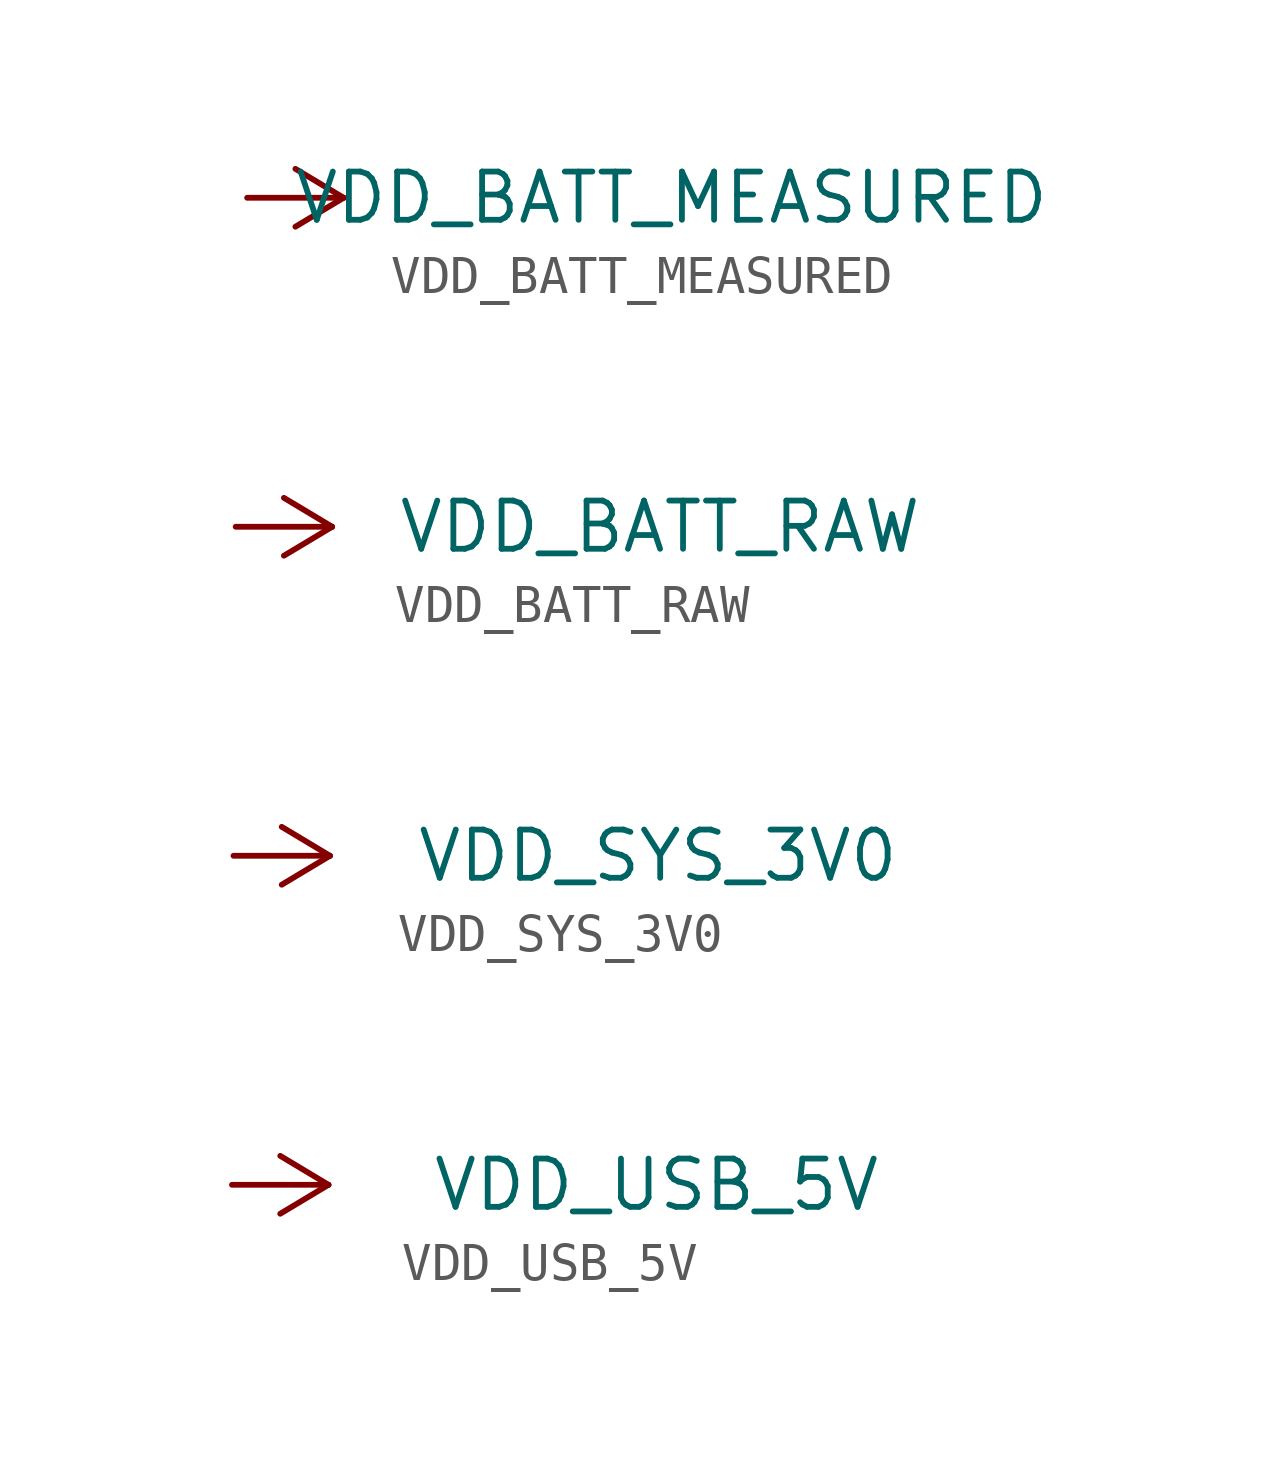
<source format=kicad_sym>
(kicad_symbol_lib
  (version 20211014)
  (generator kicad_symbol_editor)
  (symbol "VDD_BATT_MEASURED"
    (power)
    (pin_names
      (offset 0))
    (property "Reference" "#PWR"
      (at 6.35 0 0)
      (effects (font (size 1.27 1.27)) hide))
    (property "Value" "VDD_BATT_MEASURED"
      (at 11.176 0 0)
      (effects (font (size 1.27 1.27))))
    (symbol "VDD_BATT_MEASURED_0_1"
      (polyline (pts (xy 0 0) (xy 2.54 0)) (stroke (width 0) (type default) (color 0 0 0 0)) (fill (type none)))
      (polyline (pts (xy 1.27 0.762) (xy 2.54 0)) (stroke (width 0) (type default) (color 0 0 0 0)) (fill (type none)))
      (polyline (pts (xy 2.54 0) (xy 1.27 -0.762)) (stroke (width 0) (type default) (color 0 0 0 0)) (fill (type none))))
    (symbol "VDD_BATT_MEASURED_1_1"
      (pin power_in line (at 0 0 0) (length 0) hide (name "VDD_BATT_MEASURED" (effects (font (size 1.27 1.27)))) (number "1" (effects (font (size 1.27 1.27)))))))
  (symbol "VDD_BATT_RAW"
    (power)
    (pin_names
      (offset 0))
    (property "Reference" "#PWR"
      (at 6.35 0 0)
      (effects (font (size 1.27 1.27)) hide))
    (property "Value" "VDD_BATT_RAW"
      (at 11.176 0 0)
      (effects (font (size 1.27 1.27))))
    (symbol "VDD_BATT_RAW_0_1"
      (polyline (pts (xy 0 0) (xy 2.54 0)) (stroke (width 0) (type default) (color 0 0 0 0)) (fill (type none)))
      (polyline (pts (xy 1.27 0.762) (xy 2.54 0)) (stroke (width 0) (type default) (color 0 0 0 0)) (fill (type none)))
      (polyline (pts (xy 2.54 0) (xy 1.27 -0.762)) (stroke (width 0) (type default) (color 0 0 0 0)) (fill (type none))))
    (symbol "VDD_BATT_RAW_1_1"
      (pin power_in line (at 0 0 0) (length 0) hide (name "VDD_BATT_RAW" (effects (font (size 1.27 1.27)))) (number "1" (effects (font (size 1.27 1.27)))))))
  (symbol "VDD_SYS_3V0"
    (power)
    (pin_names
      (offset 0))
    (property "Reference" "#PWR"
      (at 6.35 0 0)
      (effects (font (size 1.27 1.27)) hide))
    (property "Value" "VDD_SYS_3V0"
      (at 11.176 0 0)
      (effects (font (size 1.27 1.27))))
    (symbol "VDD_SYS_3V0_0_1"
      (polyline (pts (xy 0 0) (xy 2.54 0)) (stroke (width 0) (type default) (color 0 0 0 0)) (fill (type none)))
      (polyline (pts (xy 1.27 0.762) (xy 2.54 0)) (stroke (width 0) (type default) (color 0 0 0 0)) (fill (type none)))
      (polyline (pts (xy 2.54 0) (xy 1.27 -0.762)) (stroke (width 0) (type default) (color 0 0 0 0)) (fill (type none))))
    (symbol "VDD_SYS_3V0_1_1"
      (pin power_in line (at 0 0 0) (length 0) hide (name "VDD_SYS_3V0" (effects (font (size 1.27 1.27)))) (number "1" (effects (font (size 1.27 1.27)))))))
  (symbol "VDD_USB_5V"
    (power)
    (pin_names
      (offset 0))
    (property "Reference" "#PWR"
      (at 6.35 0 0)
      (effects (font (size 1.27 1.27)) hide))
    (property "Value" "VDD_USB_5V"
      (at 11.176 0 0)
      (effects (font (size 1.27 1.27))))
    (symbol "VDD_USB_5V_0_1"
      (polyline (pts (xy 0 0) (xy 2.54 0)) (stroke (width 0) (type default) (color 0 0 0 0)) (fill (type none)))
      (polyline (pts (xy 1.27 0.762) (xy 2.54 0)) (stroke (width 0) (type default) (color 0 0 0 0)) (fill (type none)))
      (polyline (pts (xy 2.54 0) (xy 1.27 -0.762)) (stroke (width 0) (type default) (color 0 0 0 0)) (fill (type none))))
    (symbol "VDD_USB_5V_1_1"
      (pin power_in line (at 0 0 0) (length 0) hide (name "VDD_USB_5V" (effects (font (size 1.27 1.27)))) (number "1" (effects (font (size 1.27 1.27))))))))
</source>
